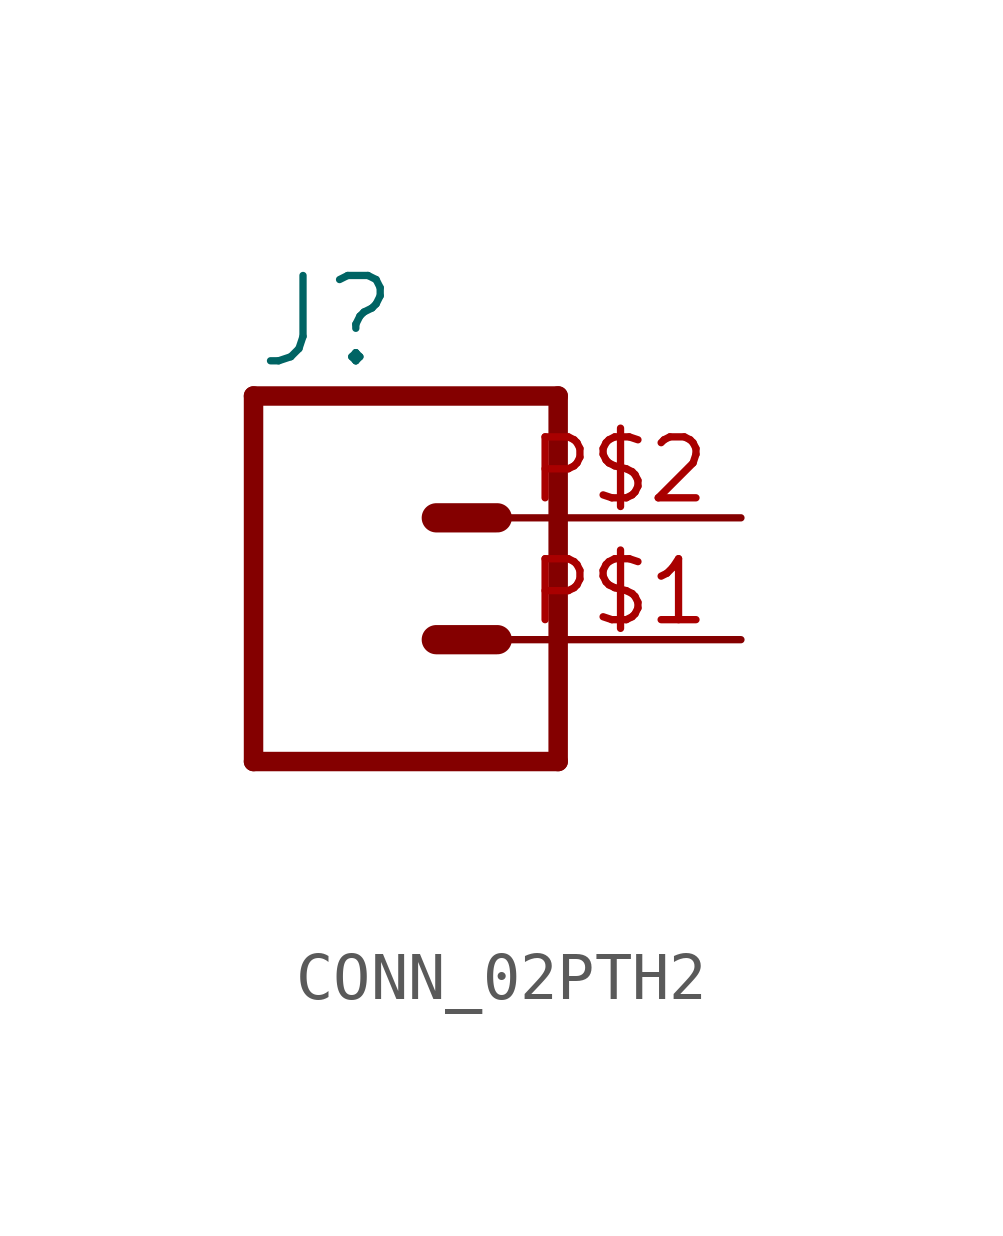
<source format=kicad_sym>
(kicad_symbol_lib
  (version 20220914)
  (generator kicad_symbol_editor)
  (symbol "CONN_02PTH2"
    (property "Reference" "J"
      (at -2.54 5.588 0)
      (effects (font (size 1.778 1.778)) (justify left bottom)))
    (property "Value" ""
      (at -2.54 -4.826 0)
      (effects (font (size 1.778 1.778)) (justify left bottom)))
    (property "ki_locked" ""
      (at 0 0 0)
      (effects (font (size 1.27 1.27))))
    (symbol "CONN_02PTH2_1_0"
      (polyline (pts (xy -2.54 5.08) (xy -2.54 -2.54)) (stroke (width 0.406) (type solid)) (fill (type none)))
      (polyline (pts (xy -2.54 5.08) (xy 3.81 5.08)) (stroke (width 0.406) (type solid)) (fill (type none)))
      (polyline (pts (xy 1.27 0) (xy 2.54 0)) (stroke (width 0.61) (type solid)) (fill (type none)))
      (polyline (pts (xy 1.27 2.54) (xy 2.54 2.54)) (stroke (width 0.61) (type solid)) (fill (type none)))
      (polyline (pts (xy 3.81 -2.54) (xy -2.54 -2.54)) (stroke (width 0.406) (type solid)) (fill (type none)))
      (polyline (pts (xy 3.81 -2.54) (xy 3.81 5.08)) (stroke (width 0.406) (type solid)) (fill (type none)))
      (pin passive line (at 7.62 0 180) (length 5.08) (name "1" (effects (font (size 0 0)))) (number "P$1" (effects (font (size 1.27 1.27)))))
      (pin passive line (at 7.62 2.54 180) (length 5.08) (name "2" (effects (font (size 0 0)))) (number "P$2" (effects (font (size 1.27 1.27))))))))
</source>
